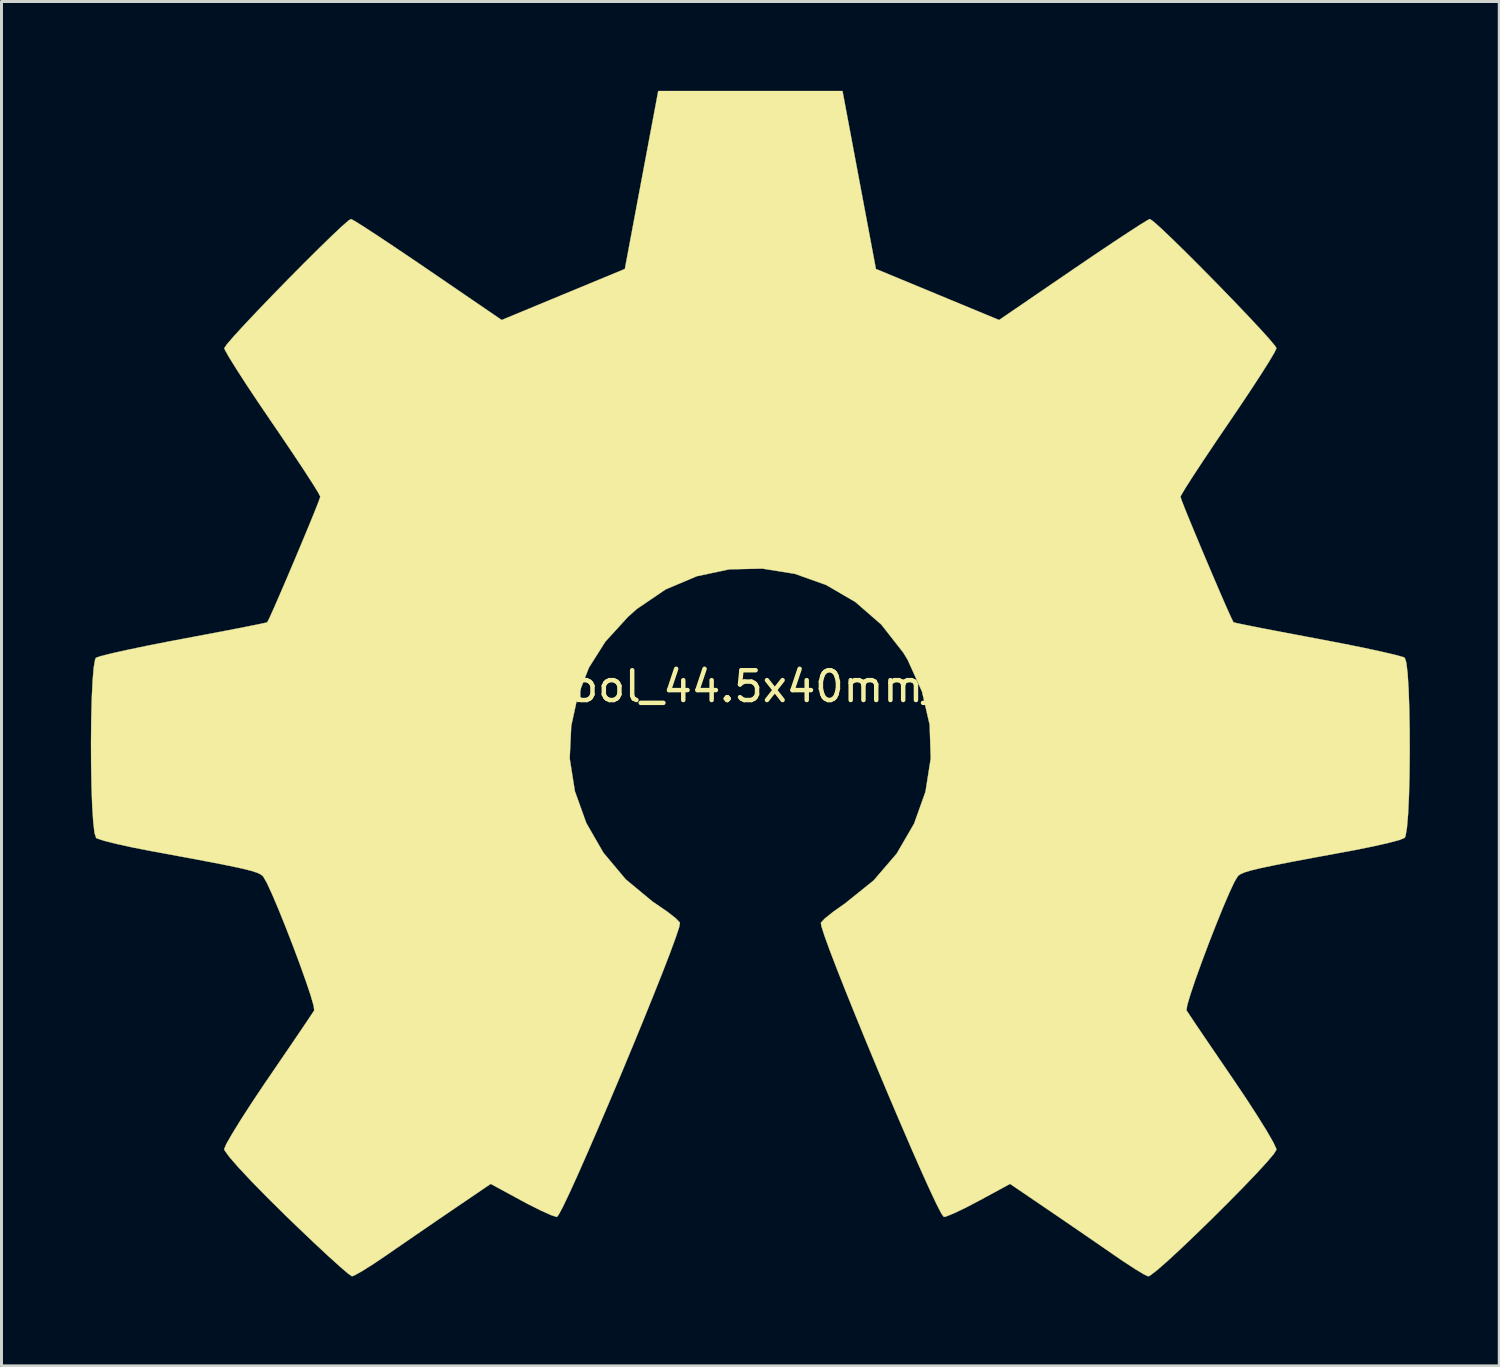
<source format=kicad_pcb>
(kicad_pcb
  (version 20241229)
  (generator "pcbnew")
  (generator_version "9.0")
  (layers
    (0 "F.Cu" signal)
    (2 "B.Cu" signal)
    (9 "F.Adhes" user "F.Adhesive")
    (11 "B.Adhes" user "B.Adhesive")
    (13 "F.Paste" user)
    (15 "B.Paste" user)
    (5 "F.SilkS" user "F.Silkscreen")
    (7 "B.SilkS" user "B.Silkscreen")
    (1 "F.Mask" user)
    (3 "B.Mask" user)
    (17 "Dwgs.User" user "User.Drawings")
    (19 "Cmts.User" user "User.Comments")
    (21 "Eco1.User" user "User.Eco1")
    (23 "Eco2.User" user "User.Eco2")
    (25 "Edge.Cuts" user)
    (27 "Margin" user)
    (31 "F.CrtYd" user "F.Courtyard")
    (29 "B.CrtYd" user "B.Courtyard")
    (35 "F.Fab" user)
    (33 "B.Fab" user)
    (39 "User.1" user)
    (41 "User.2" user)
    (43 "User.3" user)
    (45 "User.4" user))
  (footprint "OSHW-Symbol_44.5x40mm_SilkScreen"
    (layer "F.Cu")
    (at 22.072 19.989)
    (property "Reference" "OSHW-Symbol_44.5x40mm_SilkScreen" (at 0 0 0) (layer "F.SilkS") (effects (font (size 1 1) (thickness 0.15))))
    (attr exclude_from_pos_files exclude_from_bom allow_missing_courtyard)
    (fp_poly (pts (xy 3.714 -16.998) (xy 4.275 -14.012) (xy 6.342 -13.156) (xy 8.409 -12.299) (xy 10.888 -13.994) (xy 11.583 -14.466) (xy 12.21 -14.887) (xy 12.742 -15.238) (xy 13.148 -15.501) (xy 13.4 -15.655) (xy 13.469 -15.688) (xy 13.592 -15.603) (xy 13.857 -15.366) (xy 14.231 -15.009) (xy 14.688 -14.562) (xy 15.196 -14.054) (xy 15.726 -13.516) (xy 16.248 -12.978) (xy 16.733 -12.47) (xy 17.152 -12.023) (xy 17.475 -11.666) (xy 17.671 -11.431) (xy 17.718 -11.352) (xy 17.65 -11.207) (xy 17.461 -10.888) (xy 17.169 -10.428) (xy 16.796 -9.857) (xy 16.36 -9.207) (xy 16.107 -8.835) (xy 15.647 -8.158) (xy 15.238 -7.546) (xy 14.9 -7.032) (xy 14.653 -6.644) (xy 14.517 -6.413) (xy 14.497 -6.365) (xy 14.543 -6.227) (xy 14.669 -5.906) (xy 14.857 -5.448) (xy 15.086 -4.896) (xy 15.338 -4.296) (xy 15.594 -3.694) (xy 15.834 -3.134) (xy 16.04 -2.661) (xy 16.193 -2.322) (xy 16.273 -2.159) (xy 16.278 -2.153) (xy 16.403 -2.122) (xy 16.738 -2.053) (xy 17.247 -1.952) (xy 17.896 -1.827) (xy 18.65 -1.685) (xy 19.089 -1.602) (xy 19.895 -1.448) (xy 20.622 -1.302) (xy 21.235 -1.17) (xy 21.696 -1.063) (xy 21.969 -0.987) (xy 22.024 -0.963) (xy 22.077 -0.799) (xy 22.121 -0.43) (xy 22.154 0.101) (xy 22.176 0.752) (xy 22.189 1.479) (xy 22.191 2.239) (xy 22.183 2.989) (xy 22.165 3.686) (xy 22.136 4.286) (xy 22.097 4.747) (xy 22.049 5.025) (xy 22.02 5.082) (xy 21.845 5.152) (xy 21.475 5.251) (xy 20.958 5.368) (xy 20.344 5.492) (xy 20.13 5.532) (xy 19.097 5.722) (xy 18.28 5.875) (xy 17.654 5.998) (xy 17.191 6.095) (xy 16.864 6.174) (xy 16.646 6.24) (xy 16.511 6.299) (xy 16.431 6.358) (xy 16.42 6.37) (xy 16.308 6.557) (xy 16.137 6.922) (xy 15.924 7.419) (xy 15.687 8.005) (xy 15.441 8.634) (xy 15.206 9.261) (xy 14.996 9.843) (xy 14.831 10.334) (xy 14.726 10.689) (xy 14.698 10.865) (xy 14.7 10.871) (xy 14.794 11.014) (xy 15.005 11.33) (xy 15.313 11.785) (xy 15.695 12.346) (xy 16.128 12.981) (xy 16.252 13.162) (xy 16.692 13.816) (xy 17.079 14.413) (xy 17.393 14.918) (xy 17.611 15.298) (xy 17.713 15.517) (xy 17.718 15.544) (xy 17.632 15.686) (xy 17.395 15.966) (xy 17.037 16.356) (xy 16.588 16.824) (xy 16.08 17.34) (xy 15.542 17.875) (xy 15.005 18.398) (xy 14.5 18.879) (xy 14.057 19.288) (xy 13.706 19.595) (xy 13.479 19.769) (xy 13.416 19.797) (xy 13.27 19.73) (xy 12.97 19.549) (xy 12.566 19.286) (xy 12.255 19.073) (xy 11.692 18.684) (xy 11.024 18.225) (xy 10.355 17.767) (xy 9.995 17.522) (xy 8.777 16.694) (xy 7.755 17.249) (xy 7.289 17.493) (xy 6.893 17.682) (xy 6.625 17.79) (xy 6.557 17.805) (xy 6.475 17.694) (xy 6.313 17.381) (xy 6.083 16.894) (xy 5.798 16.263) (xy 5.469 15.516) (xy 5.109 14.682) (xy 4.729 13.79) (xy 4.342 12.869) (xy 3.96 11.949) (xy 3.595 11.056) (xy 3.258 10.222) (xy 2.963 9.474) (xy 2.721 8.841) (xy 2.544 8.353) (xy 2.444 8.038) (xy 2.428 7.93) (xy 2.555 7.792) (xy 2.834 7.568) (xy 3.206 7.305) (xy 3.237 7.284) (xy 4.199 6.51) (xy 4.974 5.608) (xy 5.556 4.606) (xy 5.939 3.532) (xy 6.115 2.416) (xy 6.079 1.286) (xy 5.822 0.172) (xy 5.339 -0.898) (xy 5.197 -1.132) (xy 4.457 -2.077) (xy 3.584 -2.836) (xy 2.607 -3.405) (xy 1.556 -3.78) (xy 0.462 -3.956) (xy -0.646 -3.931) (xy -1.736 -3.7) (xy -2.78 -3.259) (xy -3.745 -2.604) (xy -4.044 -2.338) (xy -4.804 -1.506) (xy -5.358 -0.63) (xy -5.738 0.351) (xy -5.95 1.324) (xy -6.002 2.417) (xy -5.828 3.515) (xy -5.445 4.582) (xy -4.871 5.58) (xy -4.123 6.472) (xy -3.22 7.221) (xy -3.102 7.3) (xy -2.726 7.559) (xy -2.44 7.783) (xy -2.303 7.926) (xy -2.301 7.93) (xy -2.33 8.085) (xy -2.447 8.436) (xy -2.638 8.955) (xy -2.892 9.612) (xy -3.197 10.379) (xy -3.54 11.227) (xy -3.91 12.127) (xy -4.294 13.05) (xy -4.681 13.967) (xy -5.058 14.85) (xy -5.413 15.669) (xy -5.734 16.396) (xy -6.009 17.001) (xy -6.226 17.456) (xy -6.374 17.732) (xy -6.433 17.805) (xy -6.614 17.748) (xy -6.952 17.597) (xy -7.39 17.378) (xy -7.631 17.249) (xy -8.653 16.694) (xy -9.871 17.522) (xy -10.493 17.946) (xy -11.174 18.413) (xy -11.812 18.852) (xy -12.131 19.073) (xy -12.581 19.377) (xy -12.961 19.617) (xy -13.223 19.764) (xy -13.308 19.795) (xy -13.432 19.711) (xy -13.706 19.477) (xy -14.104 19.117) (xy -14.599 18.656) (xy -15.165 18.117) (xy -15.522 17.772) (xy -16.148 17.154) (xy -16.689 16.601) (xy -17.123 16.137) (xy -17.428 15.786) (xy -17.583 15.571) (xy -17.598 15.527) (xy -17.529 15.361) (xy -17.338 15.026) (xy -17.048 14.554) (xy -16.678 13.981) (xy -16.25 13.34) (xy -16.128 13.162) (xy -15.684 12.512) (xy -15.286 11.928) (xy -14.956 11.441) (xy -14.716 11.084) (xy -14.589 10.891) (xy -14.576 10.871) (xy -14.595 10.717) (xy -14.693 10.378) (xy -14.853 9.899) (xy -15.058 9.325) (xy -15.292 8.7) (xy -15.537 8.069) (xy -15.776 7.477) (xy -15.992 6.968) (xy -16.168 6.588) (xy -16.287 6.38) (xy -16.296 6.37) (xy -16.368 6.31) (xy -16.491 6.251) (xy -16.691 6.187) (xy -16.995 6.111) (xy -17.43 6.018) (xy -18.024 5.901) (xy -18.802 5.754) (xy -19.792 5.571) (xy -20.006 5.532) (xy -20.641 5.409) (xy -21.195 5.288) (xy -21.619 5.182) (xy -21.863 5.101) (xy -21.896 5.082) (xy -21.95 4.916) (xy -21.993 4.545) (xy -22.027 4.012) (xy -22.051 3.36) (xy -22.064 2.632) (xy -22.067 1.872) (xy -22.06 1.122) (xy -22.043 0.427) (xy -22.015 -0.172) (xy -21.977 -0.631) (xy -21.929 -0.906) (xy -21.9 -0.963) (xy -21.738 -1.019) (xy -21.368 -1.112) (xy -20.828 -1.232) (xy -20.155 -1.372) (xy -19.385 -1.523) (xy -18.965 -1.602) (xy -18.169 -1.752) (xy -17.46 -1.887) (xy -16.871 -2.002) (xy -16.437 -2.089) (xy -16.194 -2.141) (xy -16.154 -2.153) (xy -16.086 -2.284) (xy -15.943 -2.6) (xy -15.744 -3.056) (xy -15.507 -3.606) (xy -15.253 -4.205) (xy -14.999 -4.809) (xy -14.765 -5.372) (xy -14.57 -5.848) (xy -14.433 -6.194) (xy -14.374 -6.363) (xy -14.373 -6.371) (xy -14.44 -6.504) (xy -14.63 -6.811) (xy -14.921 -7.262) (xy -15.295 -7.825) (xy -15.73 -8.47) (xy -15.983 -8.84) (xy -16.445 -9.52) (xy -16.855 -10.136) (xy -17.193 -10.66) (xy -17.44 -11.058) (xy -17.575 -11.299) (xy -17.594 -11.354) (xy -17.51 -11.48) (xy -17.278 -11.749) (xy -16.928 -12.132) (xy -16.489 -12.597) (xy -15.991 -13.116) (xy -15.464 -13.656) (xy -14.936 -14.189) (xy -14.438 -14.684) (xy -14 -15.111) (xy -13.651 -15.44) (xy -13.42 -15.64) (xy -13.342 -15.688) (xy -13.217 -15.621) (xy -12.916 -15.432) (xy -12.469 -15.141) (xy -11.906 -14.766) (xy -11.255 -14.328) (xy -10.764 -13.994) (xy -8.285 -12.299) (xy -6.218 -13.156) (xy -4.151 -14.012) (xy -3.591 -16.998) (xy -3.03 -19.984) (xy 3.154 -19.984) (xy 3.714 -16.998)) (stroke (width 0.01) (type solid)) (fill yes) (layer "F.SilkS")))
  (gr_rect
    (start -3 -3)
    (end 47.268 42.791)
    (stroke (width 0.1) (type default))
    (fill no)
    (layer "Edge.Cuts")))
</source>
